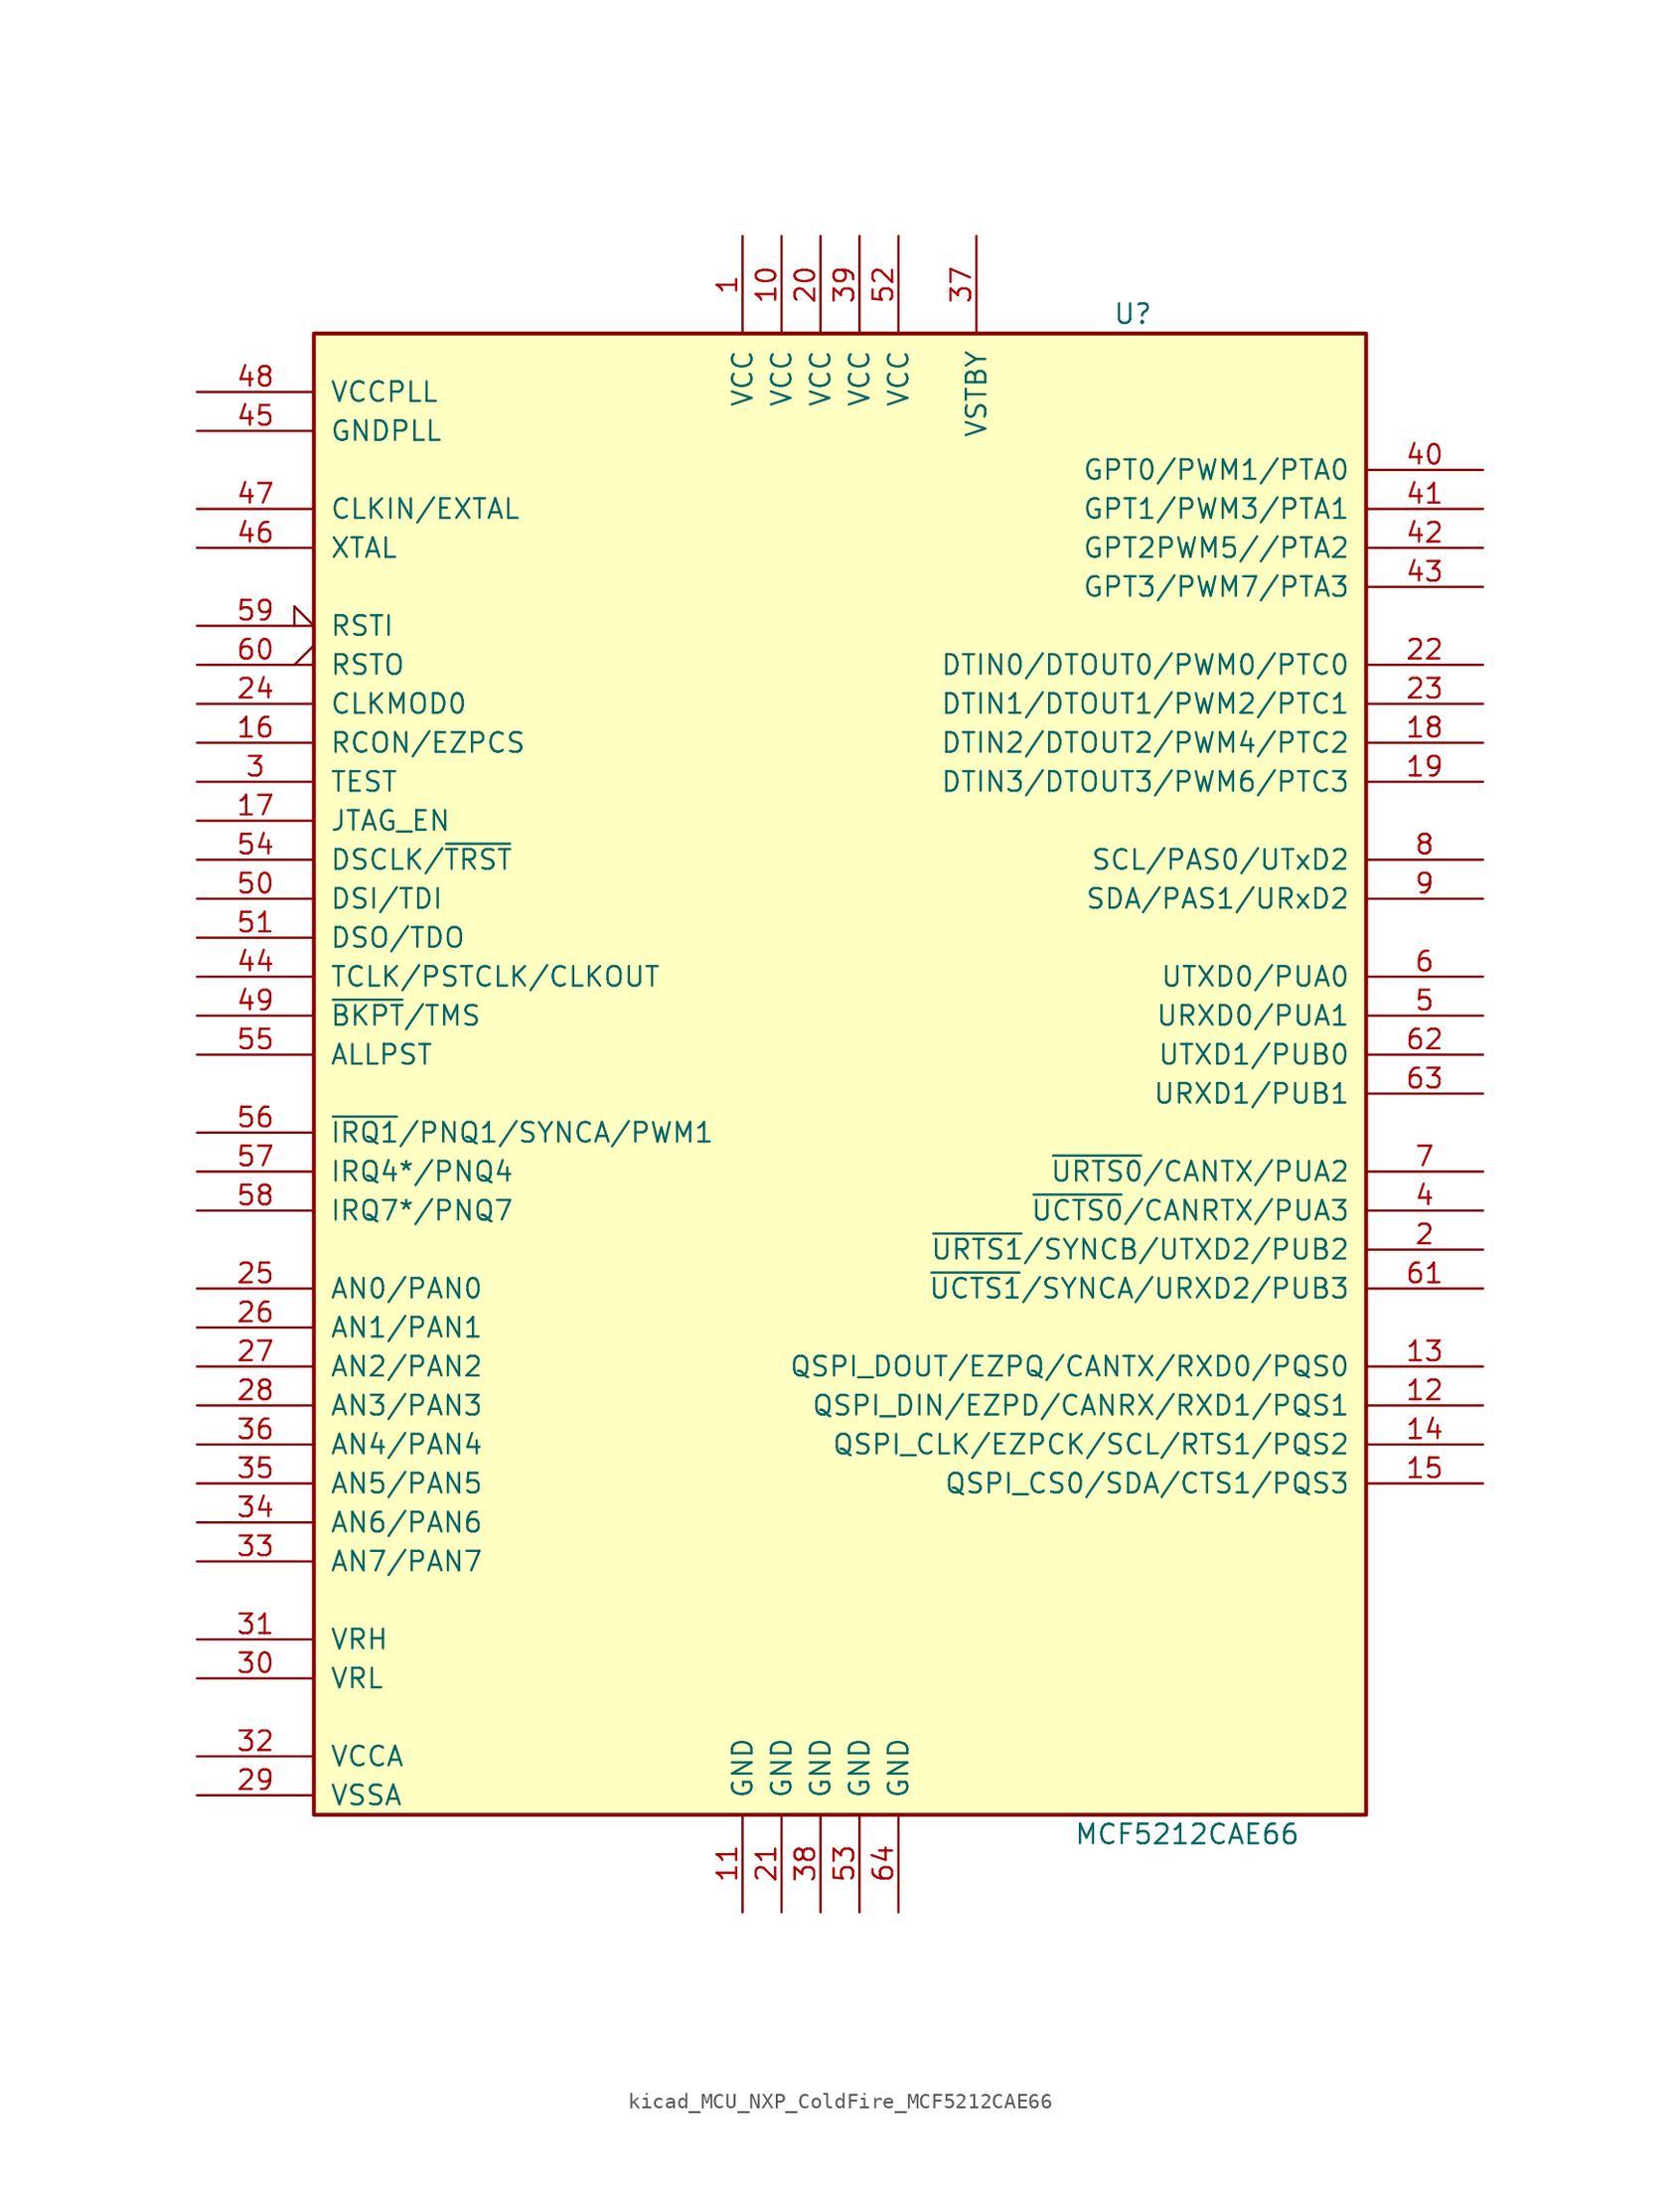
<source format=kicad_sym>
(kicad_symbol_lib
  (version 20220914)
  (generator kicad_symbol_editor)
  (symbol "kicad_MCU_NXP_ColdFire_MCF5212CAE66"
    (pin_names
      (offset 1.016))
    (property "Reference" "U"
      (at 19.05 50.8 0)
      (effects (font (size 1.27 1.27)) (justify left)))
    (property "Value" "MCF5212CAE66"
      (at 16.51 -48.26 0)
      (effects (font (size 1.27 1.27)) (justify left)))
    (symbol "kicad_MCU_NXP_ColdFire_MCF5212CAE66_0_1"
      (rectangle (start -33.02 49.53) (end 35.56 -46.99) (stroke (width 0.254) (type default)) (fill (type background))))
    (symbol "kicad_MCU_NXP_ColdFire_MCF5212CAE66_1_1"
      (pin power_in line (at -5.08 55.88 270) (length 6.35) (name "VCC" (effects (font (size 1.27 1.27)))) (number "1" (effects (font (size 1.27 1.27)))))
      (pin power_in line (at -2.54 55.88 270) (length 6.35) (name "VCC" (effects (font (size 1.27 1.27)))) (number "10" (effects (font (size 1.27 1.27)))))
      (pin power_in line (at -5.08 -53.34 90) (length 6.35) (name "GND" (effects (font (size 1.27 1.27)))) (number "11" (effects (font (size 1.27 1.27)))))
      (pin bidirectional line (at 43.18 -20.32 180) (length 7.62) (name "QSPI_DIN/EZPD/CANRX/RXD1/PQS1" (effects (font (size 1.27 1.27)))) (number "12" (effects (font (size 1.27 1.27)))))
      (pin bidirectional line (at 43.18 -17.78 180) (length 7.62) (name "QSPI_DOUT/EZPQ/CANTX/RXD0/PQS0" (effects (font (size 1.27 1.27)))) (number "13" (effects (font (size 1.27 1.27)))))
      (pin bidirectional line (at 43.18 -22.86 180) (length 7.62) (name "QSPI_CLK/EZPCK/SCL/RTS1/PQS2" (effects (font (size 1.27 1.27)))) (number "14" (effects (font (size 1.27 1.27)))))
      (pin bidirectional line (at 43.18 -25.4 180) (length 7.62) (name "QSPI_CS0/SDA/CTS1/PQS3" (effects (font (size 1.27 1.27)))) (number "15" (effects (font (size 1.27 1.27)))))
      (pin input line (at -40.64 22.86 0) (length 7.62) (name "RCON/EZPCS" (effects (font (size 1.27 1.27)))) (number "16" (effects (font (size 1.27 1.27)))))
      (pin input line (at -40.64 17.78 0) (length 7.62) (name "JTAG_EN" (effects (font (size 1.27 1.27)))) (number "17" (effects (font (size 1.27 1.27)))))
      (pin bidirectional line (at 43.18 22.86 180) (length 7.62) (name "DTIN2/DTOUT2/PWM4/PTC2" (effects (font (size 1.27 1.27)))) (number "18" (effects (font (size 1.27 1.27)))))
      (pin bidirectional line (at 43.18 20.32 180) (length 7.62) (name "DTIN3/DTOUT3/PWM6/PTC3" (effects (font (size 1.27 1.27)))) (number "19" (effects (font (size 1.27 1.27)))))
      (pin bidirectional line (at 43.18 -10.16 180) (length 7.62) (name "~{URTS1}/SYNCB/UTXD2/PUB2" (effects (font (size 1.27 1.27)))) (number "2" (effects (font (size 1.27 1.27)))))
      (pin power_in line (at 0 55.88 270) (length 6.35) (name "VCC" (effects (font (size 1.27 1.27)))) (number "20" (effects (font (size 1.27 1.27)))))
      (pin power_in line (at -2.54 -53.34 90) (length 6.35) (name "GND" (effects (font (size 1.27 1.27)))) (number "21" (effects (font (size 1.27 1.27)))))
      (pin bidirectional line (at 43.18 27.94 180) (length 7.62) (name "DTIN0/DTOUT0/PWM0/PTC0" (effects (font (size 1.27 1.27)))) (number "22" (effects (font (size 1.27 1.27)))))
      (pin bidirectional line (at 43.18 25.4 180) (length 7.62) (name "DTIN1/DTOUT1/PWM2/PTC1" (effects (font (size 1.27 1.27)))) (number "23" (effects (font (size 1.27 1.27)))))
      (pin input line (at -40.64 25.4 0) (length 7.62) (name "CLKMOD0" (effects (font (size 1.27 1.27)))) (number "24" (effects (font (size 1.27 1.27)))))
      (pin bidirectional line (at -40.64 -12.7 0) (length 7.62) (name "AN0/PAN0" (effects (font (size 1.27 1.27)))) (number "25" (effects (font (size 1.27 1.27)))))
      (pin bidirectional line (at -40.64 -15.24 0) (length 7.62) (name "AN1/PAN1" (effects (font (size 1.27 1.27)))) (number "26" (effects (font (size 1.27 1.27)))))
      (pin bidirectional line (at -40.64 -17.78 0) (length 7.62) (name "AN2/PAN2" (effects (font (size 1.27 1.27)))) (number "27" (effects (font (size 1.27 1.27)))))
      (pin bidirectional line (at -40.64 -20.32 0) (length 7.62) (name "AN3/PAN3" (effects (font (size 1.27 1.27)))) (number "28" (effects (font (size 1.27 1.27)))))
      (pin input line (at -40.64 -45.72 0) (length 7.62) (name "VSSA" (effects (font (size 1.27 1.27)))) (number "29" (effects (font (size 1.27 1.27)))))
      (pin input line (at -40.64 20.32 0) (length 7.62) (name "TEST" (effects (font (size 1.27 1.27)))) (number "3" (effects (font (size 1.27 1.27)))))
      (pin input line (at -40.64 -38.1 0) (length 7.62) (name "VRL" (effects (font (size 1.27 1.27)))) (number "30" (effects (font (size 1.27 1.27)))))
      (pin input line (at -40.64 -35.56 0) (length 7.62) (name "VRH" (effects (font (size 1.27 1.27)))) (number "31" (effects (font (size 1.27 1.27)))))
      (pin input line (at -40.64 -43.18 0) (length 7.62) (name "VCCA" (effects (font (size 1.27 1.27)))) (number "32" (effects (font (size 1.27 1.27)))))
      (pin bidirectional line (at -40.64 -30.48 0) (length 7.62) (name "AN7/PAN7" (effects (font (size 1.27 1.27)))) (number "33" (effects (font (size 1.27 1.27)))))
      (pin bidirectional line (at -40.64 -27.94 0) (length 7.62) (name "AN6/PAN6" (effects (font (size 1.27 1.27)))) (number "34" (effects (font (size 1.27 1.27)))))
      (pin bidirectional line (at -40.64 -25.4 0) (length 7.62) (name "AN5/PAN5" (effects (font (size 1.27 1.27)))) (number "35" (effects (font (size 1.27 1.27)))))
      (pin bidirectional line (at -40.64 -22.86 0) (length 7.62) (name "AN4/PAN4" (effects (font (size 1.27 1.27)))) (number "36" (effects (font (size 1.27 1.27)))))
      (pin power_in line (at 10.16 55.88 270) (length 6.35) (name "VSTBY" (effects (font (size 1.27 1.27)))) (number "37" (effects (font (size 1.27 1.27)))))
      (pin power_in line (at 0 -53.34 90) (length 6.35) (name "GND" (effects (font (size 1.27 1.27)))) (number "38" (effects (font (size 1.27 1.27)))))
      (pin power_in line (at 2.54 55.88 270) (length 6.35) (name "VCC" (effects (font (size 1.27 1.27)))) (number "39" (effects (font (size 1.27 1.27)))))
      (pin bidirectional line (at 43.18 -7.62 180) (length 7.62) (name "~{UCTS0}/CANRTX/PUA3" (effects (font (size 1.27 1.27)))) (number "4" (effects (font (size 1.27 1.27)))))
      (pin bidirectional line (at 43.18 40.64 180) (length 7.62) (name "GPT0/PWM1/PTA0" (effects (font (size 1.27 1.27)))) (number "40" (effects (font (size 1.27 1.27)))))
      (pin bidirectional line (at 43.18 38.1 180) (length 7.62) (name "GPT1/PWM3/PTA1" (effects (font (size 1.27 1.27)))) (number "41" (effects (font (size 1.27 1.27)))))
      (pin bidirectional line (at 43.18 35.56 180) (length 7.62) (name "GPT2PWM5//PTA2" (effects (font (size 1.27 1.27)))) (number "42" (effects (font (size 1.27 1.27)))))
      (pin bidirectional line (at 43.18 33.02 180) (length 7.62) (name "GPT3/PWM7/PTA3" (effects (font (size 1.27 1.27)))) (number "43" (effects (font (size 1.27 1.27)))))
      (pin input line (at -40.64 7.62 0) (length 7.62) (name "TCLK/PSTCLK/CLKOUT" (effects (font (size 1.27 1.27)))) (number "44" (effects (font (size 1.27 1.27)))))
      (pin passive line (at -40.64 43.18 0) (length 7.62) (name "GNDPLL" (effects (font (size 1.27 1.27)))) (number "45" (effects (font (size 1.27 1.27)))))
      (pin output line (at -40.64 35.56 0) (length 7.62) (name "XTAL" (effects (font (size 1.27 1.27)))) (number "46" (effects (font (size 1.27 1.27)))))
      (pin input line (at -40.64 38.1 0) (length 7.62) (name "CLKIN/EXTAL" (effects (font (size 1.27 1.27)))) (number "47" (effects (font (size 1.27 1.27)))))
      (pin passive line (at -40.64 45.72 0) (length 7.62) (name "VCCPLL" (effects (font (size 1.27 1.27)))) (number "48" (effects (font (size 1.27 1.27)))))
      (pin input line (at -40.64 5.08 0) (length 7.62) (name "~{BKPT}/TMS" (effects (font (size 1.27 1.27)))) (number "49" (effects (font (size 1.27 1.27)))))
      (pin bidirectional line (at 43.18 5.08 180) (length 7.62) (name "URXD0/PUA1" (effects (font (size 1.27 1.27)))) (number "5" (effects (font (size 1.27 1.27)))))
      (pin input line (at -40.64 12.7 0) (length 7.62) (name "DSI/TDI" (effects (font (size 1.27 1.27)))) (number "50" (effects (font (size 1.27 1.27)))))
      (pin output line (at -40.64 10.16 0) (length 7.62) (name "DSO/TDO" (effects (font (size 1.27 1.27)))) (number "51" (effects (font (size 1.27 1.27)))))
      (pin power_in line (at 5.08 55.88 270) (length 6.35) (name "VCC" (effects (font (size 1.27 1.27)))) (number "52" (effects (font (size 1.27 1.27)))))
      (pin power_in line (at 2.54 -53.34 90) (length 6.35) (name "GND" (effects (font (size 1.27 1.27)))) (number "53" (effects (font (size 1.27 1.27)))))
      (pin input line (at -40.64 15.24 0) (length 7.62) (name "DSCLK/~{TRST}" (effects (font (size 1.27 1.27)))) (number "54" (effects (font (size 1.27 1.27)))))
      (pin output line (at -40.64 2.54 0) (length 7.62) (name "ALLPST" (effects (font (size 1.27 1.27)))) (number "55" (effects (font (size 1.27 1.27)))))
      (pin bidirectional line (at -40.64 -2.54 0) (length 7.62) (name "~{IRQ1}/PNQ1/SYNCA/PWM1" (effects (font (size 1.27 1.27)))) (number "56" (effects (font (size 1.27 1.27)))))
      (pin bidirectional line (at -40.64 -5.08 0) (length 7.62) (name "IRQ4*/PNQ4" (effects (font (size 1.27 1.27)))) (number "57" (effects (font (size 1.27 1.27)))))
      (pin bidirectional line (at -40.64 -7.62 0) (length 7.62) (name "IRQ7*/PNQ7" (effects (font (size 1.27 1.27)))) (number "58" (effects (font (size 1.27 1.27)))))
      (pin input input_low (at -40.64 30.48 0) (length 7.62) (name "RSTI" (effects (font (size 1.27 1.27)))) (number "59" (effects (font (size 1.27 1.27)))))
      (pin bidirectional line (at 43.18 7.62 180) (length 7.62) (name "UTXD0/PUA0" (effects (font (size 1.27 1.27)))) (number "6" (effects (font (size 1.27 1.27)))))
      (pin output output_low (at -40.64 27.94 0) (length 7.62) (name "RSTO" (effects (font (size 1.27 1.27)))) (number "60" (effects (font (size 1.27 1.27)))))
      (pin bidirectional line (at 43.18 -12.7 180) (length 7.62) (name "~{UCTS1}/SYNCA/URXD2/PUB3" (effects (font (size 1.27 1.27)))) (number "61" (effects (font (size 1.27 1.27)))))
      (pin bidirectional line (at 43.18 2.54 180) (length 7.62) (name "UTXD1/PUB0" (effects (font (size 1.27 1.27)))) (number "62" (effects (font (size 1.27 1.27)))))
      (pin bidirectional line (at 43.18 0 180) (length 7.62) (name "URXD1/PUB1" (effects (font (size 1.27 1.27)))) (number "63" (effects (font (size 1.27 1.27)))))
      (pin power_in line (at 5.08 -53.34 90) (length 6.35) (name "GND" (effects (font (size 1.27 1.27)))) (number "64" (effects (font (size 1.27 1.27)))))
      (pin bidirectional line (at 43.18 -5.08 180) (length 7.62) (name "~{URTS0}/CANTX/PUA2" (effects (font (size 1.27 1.27)))) (number "7" (effects (font (size 1.27 1.27)))))
      (pin bidirectional line (at 43.18 15.24 180) (length 7.62) (name "SCL/PAS0/UTxD2" (effects (font (size 1.27 1.27)))) (number "8" (effects (font (size 1.27 1.27)))))
      (pin bidirectional line (at 43.18 12.7 180) (length 7.62) (name "SDA/PAS1/URxD2" (effects (font (size 1.27 1.27)))) (number "9" (effects (font (size 1.27 1.27))))))))
</source>
